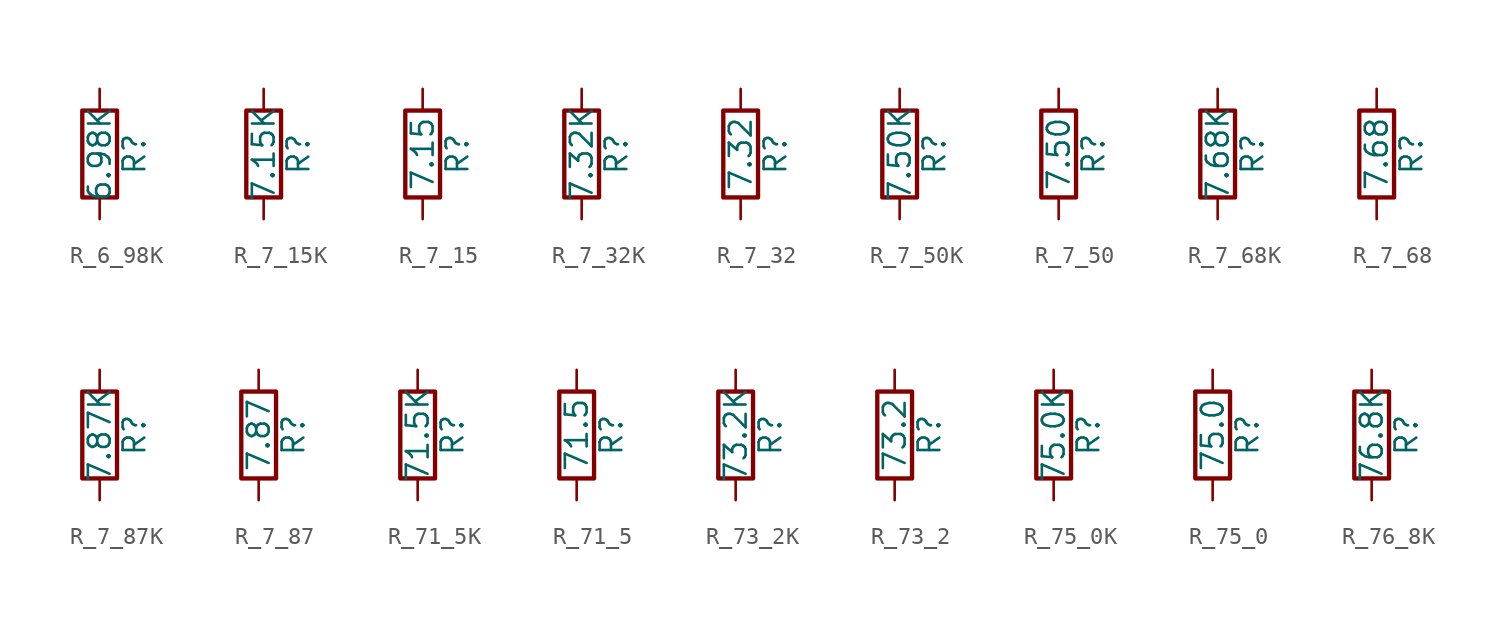
<source format=kicad_sym>
(kicad_symbol_lib
  (version 20211014)
  (generator atlantix-eda)
  (symbol "R_6_98K"
    (pin_numbers hide)
    (pin_names
      (offset 0))
    (property "Reference" "R"
      (at 2.032 0 90)
      (effects (font (size 1.27 1.27))))
    (property "Value" "6.98K"
      (at 0 0 90)
      (effects (font (size 1.27 1.27))))
    (symbol "R_6_98K_0_1"
      (rectangle (start -1.016 -2.54) (end 1.016 2.54) (stroke (width 0.254) (type default) (color 0 0 0 0)) (fill (type none))))
    (symbol "R_6_98K_1_1"
      (pin passive line (at 0 3.81 270) (length 1.27) (name "~" (effects (font (size 1.27 1.27)))) (number "1" (effects (font (size 1.27 1.27)))))
      (pin passive line (at 0 -3.81 90) (length 1.27) (name "~" (effects (font (size 1.27 1.27)))) (number "2" (effects (font (size 1.27 1.27)))))))
  (symbol "R_7_15K"
    (pin_numbers hide)
    (pin_names
      (offset 0))
    (property "Reference" "R"
      (at 2.032 0 90)
      (effects (font (size 1.27 1.27))))
    (property "Value" "7.15K"
      (at 0 0 90)
      (effects (font (size 1.27 1.27))))
    (symbol "R_7_15K_0_1"
      (rectangle (start -1.016 -2.54) (end 1.016 2.54) (stroke (width 0.254) (type default) (color 0 0 0 0)) (fill (type none))))
    (symbol "R_7_15K_1_1"
      (pin passive line (at 0 3.81 270) (length 1.27) (name "~" (effects (font (size 1.27 1.27)))) (number "1" (effects (font (size 1.27 1.27)))))
      (pin passive line (at 0 -3.81 90) (length 1.27) (name "~" (effects (font (size 1.27 1.27)))) (number "2" (effects (font (size 1.27 1.27)))))))
  (symbol "R_7_15"
    (pin_numbers hide)
    (pin_names
      (offset 0))
    (property "Reference" "R"
      (at 2.032 0 90)
      (effects (font (size 1.27 1.27))))
    (property "Value" "7.15"
      (at 0 0 90)
      (effects (font (size 1.27 1.27))))
    (symbol "R_7_15_0_1"
      (rectangle (start -1.016 -2.54) (end 1.016 2.54) (stroke (width 0.254) (type default) (color 0 0 0 0)) (fill (type none))))
    (symbol "R_7_15_1_1"
      (pin passive line (at 0 3.81 270) (length 1.27) (name "~" (effects (font (size 1.27 1.27)))) (number "1" (effects (font (size 1.27 1.27)))))
      (pin passive line (at 0 -3.81 90) (length 1.27) (name "~" (effects (font (size 1.27 1.27)))) (number "2" (effects (font (size 1.27 1.27)))))))
  (symbol "R_7_32K"
    (pin_numbers hide)
    (pin_names
      (offset 0))
    (property "Reference" "R"
      (at 2.032 0 90)
      (effects (font (size 1.27 1.27))))
    (property "Value" "7.32K"
      (at 0 0 90)
      (effects (font (size 1.27 1.27))))
    (symbol "R_7_32K_0_1"
      (rectangle (start -1.016 -2.54) (end 1.016 2.54) (stroke (width 0.254) (type default) (color 0 0 0 0)) (fill (type none))))
    (symbol "R_7_32K_1_1"
      (pin passive line (at 0 3.81 270) (length 1.27) (name "~" (effects (font (size 1.27 1.27)))) (number "1" (effects (font (size 1.27 1.27)))))
      (pin passive line (at 0 -3.81 90) (length 1.27) (name "~" (effects (font (size 1.27 1.27)))) (number "2" (effects (font (size 1.27 1.27)))))))
  (symbol "R_7_32"
    (pin_numbers hide)
    (pin_names
      (offset 0))
    (property "Reference" "R"
      (at 2.032 0 90)
      (effects (font (size 1.27 1.27))))
    (property "Value" "7.32"
      (at 0 0 90)
      (effects (font (size 1.27 1.27))))
    (symbol "R_7_32_0_1"
      (rectangle (start -1.016 -2.54) (end 1.016 2.54) (stroke (width 0.254) (type default) (color 0 0 0 0)) (fill (type none))))
    (symbol "R_7_32_1_1"
      (pin passive line (at 0 3.81 270) (length 1.27) (name "~" (effects (font (size 1.27 1.27)))) (number "1" (effects (font (size 1.27 1.27)))))
      (pin passive line (at 0 -3.81 90) (length 1.27) (name "~" (effects (font (size 1.27 1.27)))) (number "2" (effects (font (size 1.27 1.27)))))))
  (symbol "R_7_50K"
    (pin_numbers hide)
    (pin_names
      (offset 0))
    (property "Reference" "R"
      (at 2.032 0 90)
      (effects (font (size 1.27 1.27))))
    (property "Value" "7.50K"
      (at 0 0 90)
      (effects (font (size 1.27 1.27))))
    (symbol "R_7_50K_0_1"
      (rectangle (start -1.016 -2.54) (end 1.016 2.54) (stroke (width 0.254) (type default) (color 0 0 0 0)) (fill (type none))))
    (symbol "R_7_50K_1_1"
      (pin passive line (at 0 3.81 270) (length 1.27) (name "~" (effects (font (size 1.27 1.27)))) (number "1" (effects (font (size 1.27 1.27)))))
      (pin passive line (at 0 -3.81 90) (length 1.27) (name "~" (effects (font (size 1.27 1.27)))) (number "2" (effects (font (size 1.27 1.27)))))))
  (symbol "R_7_50"
    (pin_numbers hide)
    (pin_names
      (offset 0))
    (property "Reference" "R"
      (at 2.032 0 90)
      (effects (font (size 1.27 1.27))))
    (property "Value" "7.50"
      (at 0 0 90)
      (effects (font (size 1.27 1.27))))
    (symbol "R_7_50_0_1"
      (rectangle (start -1.016 -2.54) (end 1.016 2.54) (stroke (width 0.254) (type default) (color 0 0 0 0)) (fill (type none))))
    (symbol "R_7_50_1_1"
      (pin passive line (at 0 3.81 270) (length 1.27) (name "~" (effects (font (size 1.27 1.27)))) (number "1" (effects (font (size 1.27 1.27)))))
      (pin passive line (at 0 -3.81 90) (length 1.27) (name "~" (effects (font (size 1.27 1.27)))) (number "2" (effects (font (size 1.27 1.27)))))))
  (symbol "R_7_68K"
    (pin_numbers hide)
    (pin_names
      (offset 0))
    (property "Reference" "R"
      (at 2.032 0 90)
      (effects (font (size 1.27 1.27))))
    (property "Value" "7.68K"
      (at 0 0 90)
      (effects (font (size 1.27 1.27))))
    (symbol "R_7_68K_0_1"
      (rectangle (start -1.016 -2.54) (end 1.016 2.54) (stroke (width 0.254) (type default) (color 0 0 0 0)) (fill (type none))))
    (symbol "R_7_68K_1_1"
      (pin passive line (at 0 3.81 270) (length 1.27) (name "~" (effects (font (size 1.27 1.27)))) (number "1" (effects (font (size 1.27 1.27)))))
      (pin passive line (at 0 -3.81 90) (length 1.27) (name "~" (effects (font (size 1.27 1.27)))) (number "2" (effects (font (size 1.27 1.27)))))))
  (symbol "R_7_68"
    (pin_numbers hide)
    (pin_names
      (offset 0))
    (property "Reference" "R"
      (at 2.032 0 90)
      (effects (font (size 1.27 1.27))))
    (property "Value" "7.68"
      (at 0 0 90)
      (effects (font (size 1.27 1.27))))
    (symbol "R_7_68_0_1"
      (rectangle (start -1.016 -2.54) (end 1.016 2.54) (stroke (width 0.254) (type default) (color 0 0 0 0)) (fill (type none))))
    (symbol "R_7_68_1_1"
      (pin passive line (at 0 3.81 270) (length 1.27) (name "~" (effects (font (size 1.27 1.27)))) (number "1" (effects (font (size 1.27 1.27)))))
      (pin passive line (at 0 -3.81 90) (length 1.27) (name "~" (effects (font (size 1.27 1.27)))) (number "2" (effects (font (size 1.27 1.27)))))))
  (symbol "R_7_87K"
    (pin_numbers hide)
    (pin_names
      (offset 0))
    (property "Reference" "R"
      (at 2.032 0 90)
      (effects (font (size 1.27 1.27))))
    (property "Value" "7.87K"
      (at 0 0 90)
      (effects (font (size 1.27 1.27))))
    (symbol "R_7_87K_0_1"
      (rectangle (start -1.016 -2.54) (end 1.016 2.54) (stroke (width 0.254) (type default) (color 0 0 0 0)) (fill (type none))))
    (symbol "R_7_87K_1_1"
      (pin passive line (at 0 3.81 270) (length 1.27) (name "~" (effects (font (size 1.27 1.27)))) (number "1" (effects (font (size 1.27 1.27)))))
      (pin passive line (at 0 -3.81 90) (length 1.27) (name "~" (effects (font (size 1.27 1.27)))) (number "2" (effects (font (size 1.27 1.27)))))))
  (symbol "R_7_87"
    (pin_numbers hide)
    (pin_names
      (offset 0))
    (property "Reference" "R"
      (at 2.032 0 90)
      (effects (font (size 1.27 1.27))))
    (property "Value" "7.87"
      (at 0 0 90)
      (effects (font (size 1.27 1.27))))
    (symbol "R_7_87_0_1"
      (rectangle (start -1.016 -2.54) (end 1.016 2.54) (stroke (width 0.254) (type default) (color 0 0 0 0)) (fill (type none))))
    (symbol "R_7_87_1_1"
      (pin passive line (at 0 3.81 270) (length 1.27) (name "~" (effects (font (size 1.27 1.27)))) (number "1" (effects (font (size 1.27 1.27)))))
      (pin passive line (at 0 -3.81 90) (length 1.27) (name "~" (effects (font (size 1.27 1.27)))) (number "2" (effects (font (size 1.27 1.27)))))))
  (symbol "R_71_5K"
    (pin_numbers hide)
    (pin_names
      (offset 0))
    (property "Reference" "R"
      (at 2.032 0 90)
      (effects (font (size 1.27 1.27))))
    (property "Value" "71.5K"
      (at 0 0 90)
      (effects (font (size 1.27 1.27))))
    (symbol "R_71_5K_0_1"
      (rectangle (start -1.016 -2.54) (end 1.016 2.54) (stroke (width 0.254) (type default) (color 0 0 0 0)) (fill (type none))))
    (symbol "R_71_5K_1_1"
      (pin passive line (at 0 3.81 270) (length 1.27) (name "~" (effects (font (size 1.27 1.27)))) (number "1" (effects (font (size 1.27 1.27)))))
      (pin passive line (at 0 -3.81 90) (length 1.27) (name "~" (effects (font (size 1.27 1.27)))) (number "2" (effects (font (size 1.27 1.27)))))))
  (symbol "R_71_5"
    (pin_numbers hide)
    (pin_names
      (offset 0))
    (property "Reference" "R"
      (at 2.032 0 90)
      (effects (font (size 1.27 1.27))))
    (property "Value" "71.5"
      (at 0 0 90)
      (effects (font (size 1.27 1.27))))
    (symbol "R_71_5_0_1"
      (rectangle (start -1.016 -2.54) (end 1.016 2.54) (stroke (width 0.254) (type default) (color 0 0 0 0)) (fill (type none))))
    (symbol "R_71_5_1_1"
      (pin passive line (at 0 3.81 270) (length 1.27) (name "~" (effects (font (size 1.27 1.27)))) (number "1" (effects (font (size 1.27 1.27)))))
      (pin passive line (at 0 -3.81 90) (length 1.27) (name "~" (effects (font (size 1.27 1.27)))) (number "2" (effects (font (size 1.27 1.27)))))))
  (symbol "R_73_2K"
    (pin_numbers hide)
    (pin_names
      (offset 0))
    (property "Reference" "R"
      (at 2.032 0 90)
      (effects (font (size 1.27 1.27))))
    (property "Value" "73.2K"
      (at 0 0 90)
      (effects (font (size 1.27 1.27))))
    (symbol "R_73_2K_0_1"
      (rectangle (start -1.016 -2.54) (end 1.016 2.54) (stroke (width 0.254) (type default) (color 0 0 0 0)) (fill (type none))))
    (symbol "R_73_2K_1_1"
      (pin passive line (at 0 3.81 270) (length 1.27) (name "~" (effects (font (size 1.27 1.27)))) (number "1" (effects (font (size 1.27 1.27)))))
      (pin passive line (at 0 -3.81 90) (length 1.27) (name "~" (effects (font (size 1.27 1.27)))) (number "2" (effects (font (size 1.27 1.27)))))))
  (symbol "R_73_2"
    (pin_numbers hide)
    (pin_names
      (offset 0))
    (property "Reference" "R"
      (at 2.032 0 90)
      (effects (font (size 1.27 1.27))))
    (property "Value" "73.2"
      (at 0 0 90)
      (effects (font (size 1.27 1.27))))
    (symbol "R_73_2_0_1"
      (rectangle (start -1.016 -2.54) (end 1.016 2.54) (stroke (width 0.254) (type default) (color 0 0 0 0)) (fill (type none))))
    (symbol "R_73_2_1_1"
      (pin passive line (at 0 3.81 270) (length 1.27) (name "~" (effects (font (size 1.27 1.27)))) (number "1" (effects (font (size 1.27 1.27)))))
      (pin passive line (at 0 -3.81 90) (length 1.27) (name "~" (effects (font (size 1.27 1.27)))) (number "2" (effects (font (size 1.27 1.27)))))))
  (symbol "R_75_0K"
    (pin_numbers hide)
    (pin_names
      (offset 0))
    (property "Reference" "R"
      (at 2.032 0 90)
      (effects (font (size 1.27 1.27))))
    (property "Value" "75.0K"
      (at 0 0 90)
      (effects (font (size 1.27 1.27))))
    (symbol "R_75_0K_0_1"
      (rectangle (start -1.016 -2.54) (end 1.016 2.54) (stroke (width 0.254) (type default) (color 0 0 0 0)) (fill (type none))))
    (symbol "R_75_0K_1_1"
      (pin passive line (at 0 3.81 270) (length 1.27) (name "~" (effects (font (size 1.27 1.27)))) (number "1" (effects (font (size 1.27 1.27)))))
      (pin passive line (at 0 -3.81 90) (length 1.27) (name "~" (effects (font (size 1.27 1.27)))) (number "2" (effects (font (size 1.27 1.27)))))))
  (symbol "R_75_0"
    (pin_numbers hide)
    (pin_names
      (offset 0))
    (property "Reference" "R"
      (at 2.032 0 90)
      (effects (font (size 1.27 1.27))))
    (property "Value" "75.0"
      (at 0 0 90)
      (effects (font (size 1.27 1.27))))
    (symbol "R_75_0_0_1"
      (rectangle (start -1.016 -2.54) (end 1.016 2.54) (stroke (width 0.254) (type default) (color 0 0 0 0)) (fill (type none))))
    (symbol "R_75_0_1_1"
      (pin passive line (at 0 3.81 270) (length 1.27) (name "~" (effects (font (size 1.27 1.27)))) (number "1" (effects (font (size 1.27 1.27)))))
      (pin passive line (at 0 -3.81 90) (length 1.27) (name "~" (effects (font (size 1.27 1.27)))) (number "2" (effects (font (size 1.27 1.27)))))))
  (symbol "R_76_8K"
    (pin_numbers hide)
    (pin_names
      (offset 0))
    (property "Reference" "R"
      (at 2.032 0 90)
      (effects (font (size 1.27 1.27))))
    (property "Value" "76.8K"
      (at 0 0 90)
      (effects (font (size 1.27 1.27))))
    (symbol "R_76_8K_0_1"
      (rectangle (start -1.016 -2.54) (end 1.016 2.54) (stroke (width 0.254) (type default) (color 0 0 0 0)) (fill (type none))))
    (symbol "R_76_8K_1_1"
      (pin passive line (at 0 3.81 270) (length 1.27) (name "~" (effects (font (size 1.27 1.27)))) (number "1" (effects (font (size 1.27 1.27)))))
      (pin passive line (at 0 -3.81 90) (length 1.27) (name "~" (effects (font (size 1.27 1.27)))) (number "2" (effects (font (size 1.27 1.27))))))))
</source>
